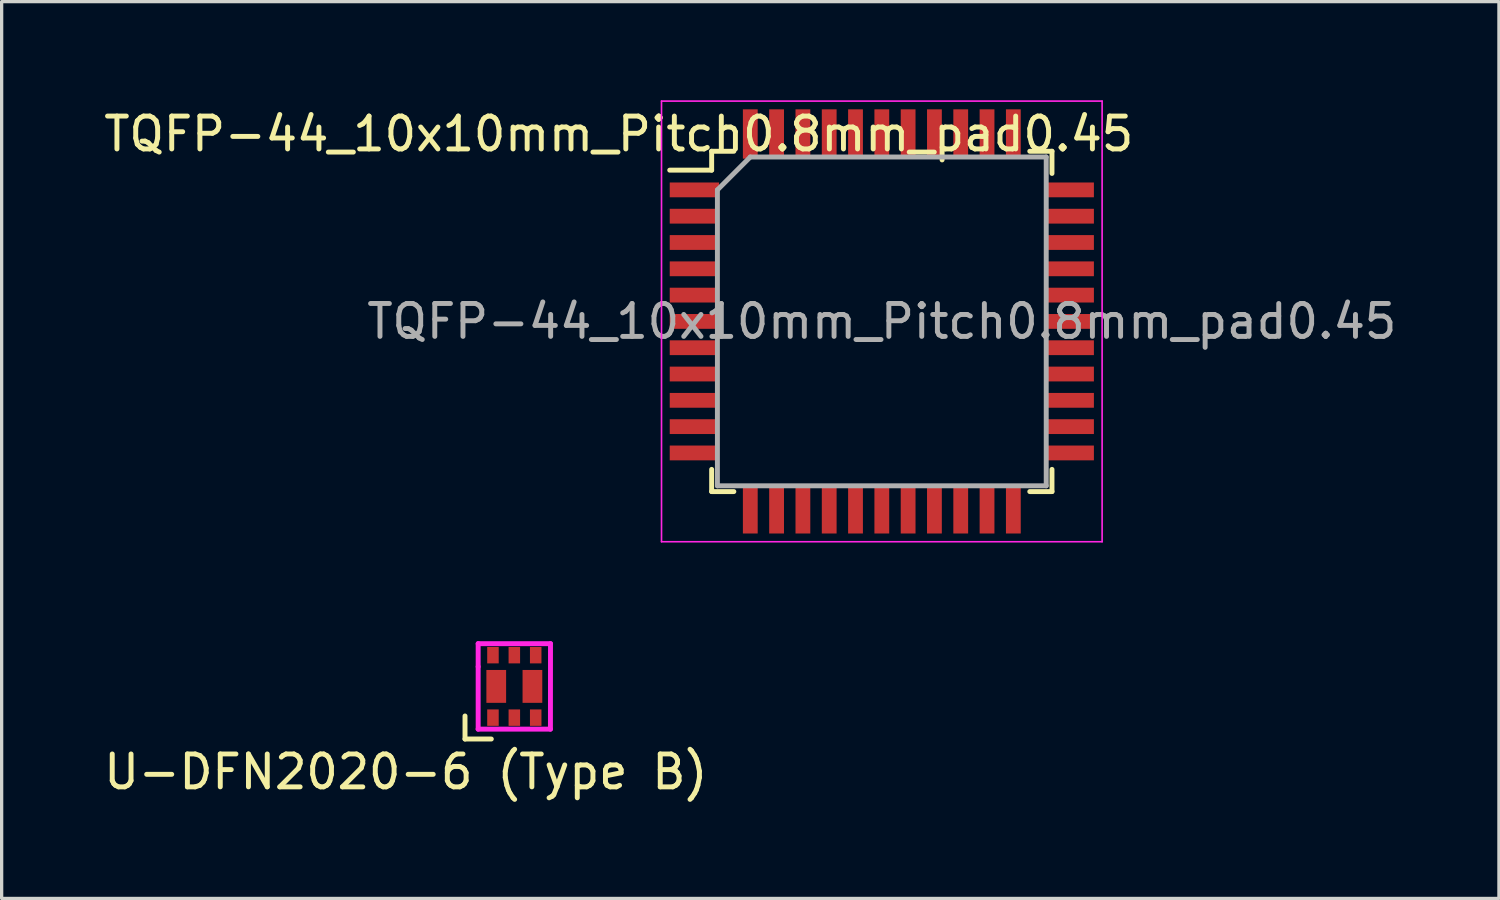
<source format=kicad_pcb>
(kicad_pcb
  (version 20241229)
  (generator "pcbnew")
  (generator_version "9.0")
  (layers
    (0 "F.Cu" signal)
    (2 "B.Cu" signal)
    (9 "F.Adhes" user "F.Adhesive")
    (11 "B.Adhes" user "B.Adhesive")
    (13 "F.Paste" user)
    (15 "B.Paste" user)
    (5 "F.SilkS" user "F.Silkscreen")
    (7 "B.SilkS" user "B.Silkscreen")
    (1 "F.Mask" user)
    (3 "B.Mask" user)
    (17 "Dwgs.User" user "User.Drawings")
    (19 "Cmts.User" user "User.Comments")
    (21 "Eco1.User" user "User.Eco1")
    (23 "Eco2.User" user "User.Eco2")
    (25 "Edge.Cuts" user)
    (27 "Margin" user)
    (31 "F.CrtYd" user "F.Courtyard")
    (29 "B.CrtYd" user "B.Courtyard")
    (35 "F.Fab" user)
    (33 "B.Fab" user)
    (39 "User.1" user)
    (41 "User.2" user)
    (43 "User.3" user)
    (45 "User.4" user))
  (footprint "TQFP-44_10x10mm_Pitch0.8mm_pad0.45"
    (layer "F.Cu")
    (at 23.768 6.725)
    (property "Reference" "TQFP-44_10x10mm_Pitch0.8mm_pad0.45" (at -8 -5.7 0) (layer "F.SilkS") (effects (font (size 1 1) (thickness 0.15))))
    (attr smd)
    (fp_line (start -5.175 -5.175) (end -5.175 -4.6) (stroke (width 0.15) (type solid)) (layer "F.SilkS"))
    (fp_line (start -5.175 -5.175) (end -4.5 -5.175) (stroke (width 0.15) (type solid)) (layer "F.SilkS"))
    (fp_line (start -5.175 -4.6) (end -6.45 -4.6) (stroke (width 0.15) (type solid)) (layer "F.SilkS"))
    (fp_line (start -5.175 5.175) (end -5.175 4.5) (stroke (width 0.15) (type solid)) (layer "F.SilkS"))
    (fp_line (start -5.175 5.175) (end -4.5 5.175) (stroke (width 0.15) (type solid)) (layer "F.SilkS"))
    (fp_line (start 5.175 -5.175) (end 4.5 -5.175) (stroke (width 0.15) (type solid)) (layer "F.SilkS"))
    (fp_line (start 5.175 -5.175) (end 5.175 -4.5) (stroke (width 0.15) (type solid)) (layer "F.SilkS"))
    (fp_line (start 5.175 5.175) (end 4.5 5.175) (stroke (width 0.15) (type solid)) (layer "F.SilkS"))
    (fp_line (start 5.175 5.175) (end 5.175 4.5) (stroke (width 0.15) (type solid)) (layer "F.SilkS"))
    (fp_line (start -6.7 -6.7) (end -6.7 6.7) (stroke (width 0.05) (type solid)) (layer "F.CrtYd"))
    (fp_line (start -6.7 -6.7) (end 6.7 -6.7) (stroke (width 0.05) (type solid)) (layer "F.CrtYd"))
    (fp_line (start -6.7 6.7) (end 6.7 6.7) (stroke (width 0.05) (type solid)) (layer "F.CrtYd"))
    (fp_line (start 6.7 -6.7) (end 6.7 6.7) (stroke (width 0.05) (type solid)) (layer "F.CrtYd"))
    (fp_line (start -5 -4) (end -4 -5) (stroke (width 0.15) (type solid)) (layer "F.Fab"))
    (fp_line (start -5 5) (end -5 -4) (stroke (width 0.15) (type solid)) (layer "F.Fab"))
    (fp_line (start -4 -5) (end 5 -5) (stroke (width 0.15) (type solid)) (layer "F.Fab"))
    (fp_line (start 5 -5) (end 5 5) (stroke (width 0.15) (type solid)) (layer "F.Fab"))
    (fp_line (start 5 5) (end -5 5) (stroke (width 0.15) (type solid)) (layer "F.Fab"))
    (fp_text user "${REFERENCE}" (at 0 0 0) (layer "F.Fab") (effects (font (size 1 1) (thickness 0.15))))
    (pad "1" smd rect (at -5.7 -4) (size 1.5 0.45) (layers "F.Cu" "F.Mask" "F.Paste"))
    (pad "2" smd rect (at -5.7 -3.2) (size 1.5 0.45) (layers "F.Cu" "F.Mask" "F.Paste"))
    (pad "3" smd rect (at -5.7 -2.4) (size 1.5 0.45) (layers "F.Cu" "F.Mask" "F.Paste"))
    (pad "4" smd rect (at -5.7 -1.6) (size 1.5 0.45) (layers "F.Cu" "F.Mask" "F.Paste"))
    (pad "5" smd rect (at -5.7 -0.8) (size 1.5 0.45) (layers "F.Cu" "F.Mask" "F.Paste"))
    (pad "6" smd rect (at -5.7 0) (size 1.5 0.45) (layers "F.Cu" "F.Mask" "F.Paste"))
    (pad "7" smd rect (at -5.7 0.8) (size 1.5 0.45) (layers "F.Cu" "F.Mask" "F.Paste"))
    (pad "8" smd rect (at -5.7 1.6) (size 1.5 0.45) (layers "F.Cu" "F.Mask" "F.Paste"))
    (pad "9" smd rect (at -5.7 2.4) (size 1.5 0.45) (layers "F.Cu" "F.Mask" "F.Paste"))
    (pad "10" smd rect (at -5.7 3.2) (size 1.5 0.45) (layers "F.Cu" "F.Mask" "F.Paste"))
    (pad "11" smd rect (at -5.7 4) (size 1.5 0.45) (layers "F.Cu" "F.Mask" "F.Paste"))
    (pad "12" smd rect (at -4 5.7 90) (size 1.5 0.45) (layers "F.Cu" "F.Mask" "F.Paste"))
    (pad "13" smd rect (at -3.2 5.7 90) (size 1.5 0.45) (layers "F.Cu" "F.Mask" "F.Paste"))
    (pad "14" smd rect (at -2.4 5.7 90) (size 1.5 0.45) (layers "F.Cu" "F.Mask" "F.Paste"))
    (pad "15" smd rect (at -1.6 5.7 90) (size 1.5 0.45) (layers "F.Cu" "F.Mask" "F.Paste"))
    (pad "16" smd rect (at -0.8 5.7 90) (size 1.5 0.45) (layers "F.Cu" "F.Mask" "F.Paste"))
    (pad "17" smd rect (at 0 5.7 90) (size 1.5 0.45) (layers "F.Cu" "F.Mask" "F.Paste"))
    (pad "18" smd rect (at 0.8 5.7 90) (size 1.5 0.45) (layers "F.Cu" "F.Mask" "F.Paste"))
    (pad "19" smd rect (at 1.6 5.7 90) (size 1.5 0.45) (layers "F.Cu" "F.Mask" "F.Paste"))
    (pad "20" smd rect (at 2.4 5.7 90) (size 1.5 0.45) (layers "F.Cu" "F.Mask" "F.Paste"))
    (pad "21" smd rect (at 3.2 5.7 90) (size 1.5 0.45) (layers "F.Cu" "F.Mask" "F.Paste"))
    (pad "22" smd rect (at 4 5.7 90) (size 1.5 0.45) (layers "F.Cu" "F.Mask" "F.Paste"))
    (pad "23" smd rect (at 5.7 4) (size 1.5 0.45) (layers "F.Cu" "F.Mask" "F.Paste"))
    (pad "24" smd rect (at 5.7 3.2) (size 1.5 0.45) (layers "F.Cu" "F.Mask" "F.Paste"))
    (pad "25" smd rect (at 5.7 2.4) (size 1.5 0.45) (layers "F.Cu" "F.Mask" "F.Paste"))
    (pad "26" smd rect (at 5.7 1.6) (size 1.5 0.45) (layers "F.Cu" "F.Mask" "F.Paste"))
    (pad "27" smd rect (at 5.7 0.8) (size 1.5 0.45) (layers "F.Cu" "F.Mask" "F.Paste"))
    (pad "28" smd rect (at 5.7 0) (size 1.5 0.45) (layers "F.Cu" "F.Mask" "F.Paste"))
    (pad "29" smd rect (at 5.7 -0.8) (size 1.5 0.45) (layers "F.Cu" "F.Mask" "F.Paste"))
    (pad "30" smd rect (at 5.7 -1.6) (size 1.5 0.45) (layers "F.Cu" "F.Mask" "F.Paste"))
    (pad "31" smd rect (at 5.7 -2.4) (size 1.5 0.45) (layers "F.Cu" "F.Mask" "F.Paste"))
    (pad "32" smd rect (at 5.7 -3.2) (size 1.5 0.45) (layers "F.Cu" "F.Mask" "F.Paste"))
    (pad "33" smd rect (at 5.7 -4) (size 1.5 0.45) (layers "F.Cu" "F.Mask" "F.Paste"))
    (pad "34" smd rect (at 4 -5.7 90) (size 1.5 0.45) (layers "F.Cu" "F.Mask" "F.Paste"))
    (pad "35" smd rect (at 3.2 -5.7 90) (size 1.5 0.45) (layers "F.Cu" "F.Mask" "F.Paste"))
    (pad "36" smd rect (at 2.4 -5.7 90) (size 1.5 0.45) (layers "F.Cu" "F.Mask" "F.Paste"))
    (pad "37" smd rect (at 1.6 -5.7 90) (size 1.5 0.45) (layers "F.Cu" "F.Mask" "F.Paste"))
    (pad "38" smd rect (at 0.8 -5.7 90) (size 1.5 0.45) (layers "F.Cu" "F.Mask" "F.Paste"))
    (pad "39" smd rect (at 0 -5.7 90) (size 1.5 0.45) (layers "F.Cu" "F.Mask" "F.Paste"))
    (pad "40" smd rect (at -0.8 -5.7 90) (size 1.5 0.45) (layers "F.Cu" "F.Mask" "F.Paste"))
    (pad "41" smd rect (at -1.6 -5.7 90) (size 1.5 0.45) (layers "F.Cu" "F.Mask" "F.Paste"))
    (pad "42" smd rect (at -2.4 -5.7 90) (size 1.5 0.45) (layers "F.Cu" "F.Mask" "F.Paste"))
    (pad "43" smd rect (at -3.2 -5.7 90) (size 1.5 0.45) (layers "F.Cu" "F.Mask" "F.Paste"))
    (pad "44" smd rect (at -4 -5.7 90) (size 1.5 0.45) (layers "F.Cu" "F.Mask" "F.Paste")))
  (footprint "U-DFN2020-6 (Type B)"
    (layer "F.Cu")
    (at 12.592 17.825)
    (property "Reference" "U-DFN2020-6 (Type B)" (at -3.3 2.6 180) (layer "F.SilkS") (effects (font (size 1 1) (thickness 0.15))))
    (attr through_hole)
    (fp_line (start -1.5 0.9) (end -1.5 1.6) (stroke (width 0.15) (type solid)) (layer "F.SilkS"))
    (fp_line (start -1.5 1.6) (end -0.7 1.6) (stroke (width 0.15) (type solid)) (layer "F.SilkS"))
    (fp_line (start -1.1 -1.3) (end -1.1 -0.6) (stroke (width 0.15) (type solid)) (layer "F.CrtYd"))
    (fp_line (start -1.1 -1.3) (end 1.1 -1.3) (stroke (width 0.15) (type solid)) (layer "F.CrtYd"))
    (fp_line (start -1.1 -0.6) (end -1.1 1.3) (stroke (width 0.15) (type solid)) (layer "F.CrtYd"))
    (fp_line (start 1.098 1.3) (end -1.102 1.3) (stroke (width 0.15) (type solid)) (layer "F.CrtYd"))
    (fp_line (start 1.1 -1.3) (end 1.098 1.3) (stroke (width 0.15) (type solid)) (layer "F.CrtYd"))
    (pad "1" smd rect (at -0.65 0.95 180) (size 0.35 0.5) (layers "F.Cu" "F.Mask" "F.Paste"))
    (pad "2" smd rect (at 0 0.95 180) (size 0.35 0.5) (layers "F.Cu" "F.Mask" "F.Paste"))
    (pad "3" smd rect (at 0.65 0.95 180) (size 0.35 0.5) (layers "F.Cu" "F.Mask" "F.Paste"))
    (pad "4" smd rect (at 0.65 -0.95 180) (size 0.35 0.5) (layers "F.Cu" "F.Mask" "F.Paste"))
    (pad "5" smd rect (at 0 -0.95 180) (size 0.35 0.5) (layers "F.Cu" "F.Mask" "F.Paste"))
    (pad "6" smd rect (at -0.65 -0.95 180) (size 0.35 0.5) (layers "F.Cu" "F.Mask" "F.Paste"))
    (pad "7" smd rect (at -0.55 0 180) (size 0.6 1) (layers "F.Cu" "F.Mask" "F.Paste"))
    (pad "8" smd rect (at 0.55 0 180) (size 0.6 1) (layers "F.Cu" "F.Mask" "F.Paste")))
  (gr_rect
    (start -3 -3)
    (end 42.536 24.273)
    (stroke (width 0.1) (type default))
    (fill no)
    (layer "Edge.Cuts")))
</source>
